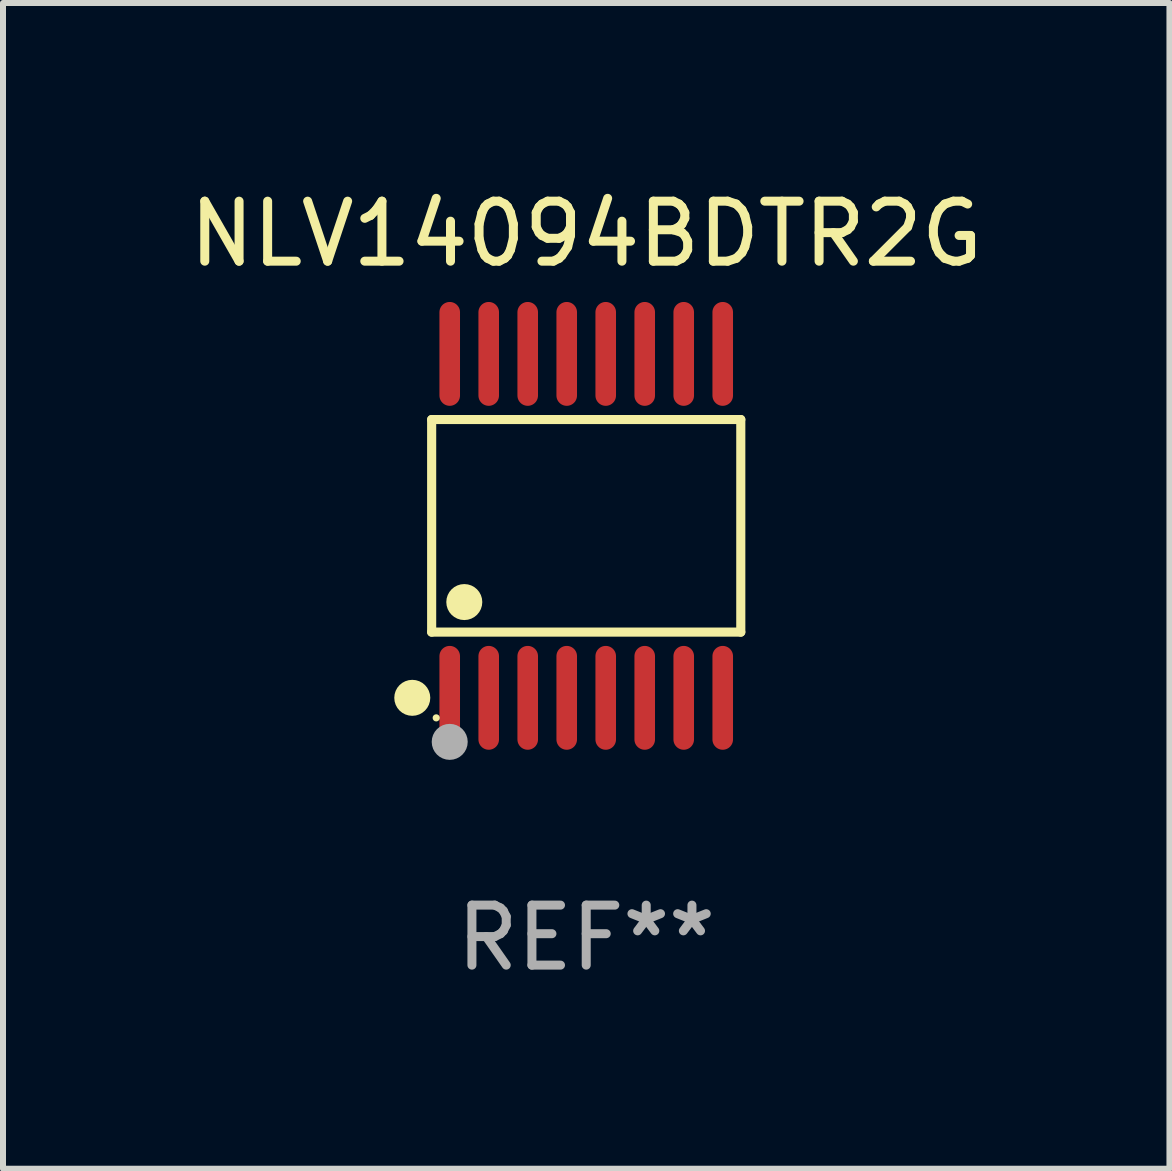
<source format=kicad_pcb>
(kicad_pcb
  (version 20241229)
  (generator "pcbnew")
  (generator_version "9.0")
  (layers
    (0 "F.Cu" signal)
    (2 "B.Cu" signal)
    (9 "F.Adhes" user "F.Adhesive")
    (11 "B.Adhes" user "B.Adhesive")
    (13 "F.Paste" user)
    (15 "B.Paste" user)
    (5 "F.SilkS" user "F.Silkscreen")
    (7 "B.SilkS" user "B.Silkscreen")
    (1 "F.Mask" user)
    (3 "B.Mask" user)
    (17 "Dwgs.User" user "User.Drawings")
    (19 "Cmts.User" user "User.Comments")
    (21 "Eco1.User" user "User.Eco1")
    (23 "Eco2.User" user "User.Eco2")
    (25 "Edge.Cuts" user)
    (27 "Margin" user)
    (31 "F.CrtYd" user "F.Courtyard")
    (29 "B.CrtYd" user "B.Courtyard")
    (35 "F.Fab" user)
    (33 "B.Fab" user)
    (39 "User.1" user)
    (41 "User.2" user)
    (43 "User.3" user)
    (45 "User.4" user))
  (footprint "NLV14094BDTR2G"
    (layer "F.Cu")
    (at 6.72 5.714)
    (property "Reference" "NLV14094BDTR2G" (at 0 -4.866 0) (layer "F.SilkS") (effects (font (size 1 1) (thickness 0.15))))
    (attr through_hole)
    (fp_line (start -2.576 -1.772) (end 2.576 -1.772) (stroke (width 0.152) (type solid)) (layer "F.SilkS"))
    (fp_line (start -2.576 1.771) (end -2.576 -1.772) (stroke (width 0.152) (type solid)) (layer "F.SilkS"))
    (fp_line (start 2.576 -1.772) (end 2.576 1.771) (stroke (width 0.152) (type solid)) (layer "F.SilkS"))
    (fp_line (start 2.576 1.771) (end -2.576 1.771) (stroke (width 0.152) (type solid)) (layer "F.SilkS"))
    (fp_circle (center -2.899 2.866) (end -2.749 2.866) (stroke (width 0.3) (type solid)) (fill no) (layer "F.SilkS"))
    (fp_circle (center -2.5 3.2) (end -2.47 3.2) (stroke (width 0.06) (type solid)) (fill no) (layer "F.SilkS"))
    (fp_circle (center -2.032 1.27) (end -1.882 1.27) (stroke (width 0.3) (type solid)) (fill no) (layer "F.SilkS"))
    (fp_circle (center -2.275 3.6) (end -2.125 3.6) (stroke (width 0.3) (type solid)) (fill no) (layer "F.Fab"))
    (fp_text user "REF**" (at 0 6.866 0) (layer "F.Fab") (effects (font (size 1 1) (thickness 0.15))))
    (pad "1" smd oval (at -2.275 2.866) (size 0.343 1.731) (layers "F.Cu" "F.Mask" "F.Paste"))
    (pad "2" smd oval (at -1.625 2.866) (size 0.343 1.731) (layers "F.Cu" "F.Mask" "F.Paste"))
    (pad "3" smd oval (at -0.975 2.866) (size 0.343 1.731) (layers "F.Cu" "F.Mask" "F.Paste"))
    (pad "4" smd oval (at -0.325 2.866) (size 0.343 1.731) (layers "F.Cu" "F.Mask" "F.Paste"))
    (pad "5" smd oval (at 0.325 2.866) (size 0.343 1.731) (layers "F.Cu" "F.Mask" "F.Paste"))
    (pad "6" smd oval (at 0.975 2.866) (size 0.343 1.731) (layers "F.Cu" "F.Mask" "F.Paste"))
    (pad "7" smd oval (at 1.625 2.866) (size 0.343 1.731) (layers "F.Cu" "F.Mask" "F.Paste"))
    (pad "8" smd oval (at 2.275 2.866) (size 0.343 1.731) (layers "F.Cu" "F.Mask" "F.Paste"))
    (pad "9" smd oval (at 2.275 -2.866) (size 0.343 1.731) (layers "F.Cu" "F.Mask" "F.Paste"))
    (pad "10" smd oval (at 1.625 -2.866) (size 0.343 1.731) (layers "F.Cu" "F.Mask" "F.Paste"))
    (pad "11" smd oval (at 0.975 -2.866) (size 0.343 1.731) (layers "F.Cu" "F.Mask" "F.Paste"))
    (pad "12" smd oval (at 0.325 -2.866) (size 0.343 1.731) (layers "F.Cu" "F.Mask" "F.Paste"))
    (pad "13" smd oval (at -0.325 -2.866) (size 0.343 1.731) (layers "F.Cu" "F.Mask" "F.Paste"))
    (pad "14" smd oval (at -0.975 -2.866) (size 0.343 1.731) (layers "F.Cu" "F.Mask" "F.Paste"))
    (pad "15" smd oval (at -1.625 -2.866) (size 0.343 1.731) (layers "F.Cu" "F.Mask" "F.Paste"))
    (pad "16" smd oval (at -2.275 -2.866) (size 0.343 1.731) (layers "F.Cu" "F.Mask" "F.Paste")))
  (gr_rect
    (start -3 -3)
    (end 16.44 16.428)
    (stroke (width 0.1) (type default))
    (fill no)
    (layer "Edge.Cuts")))
</source>
